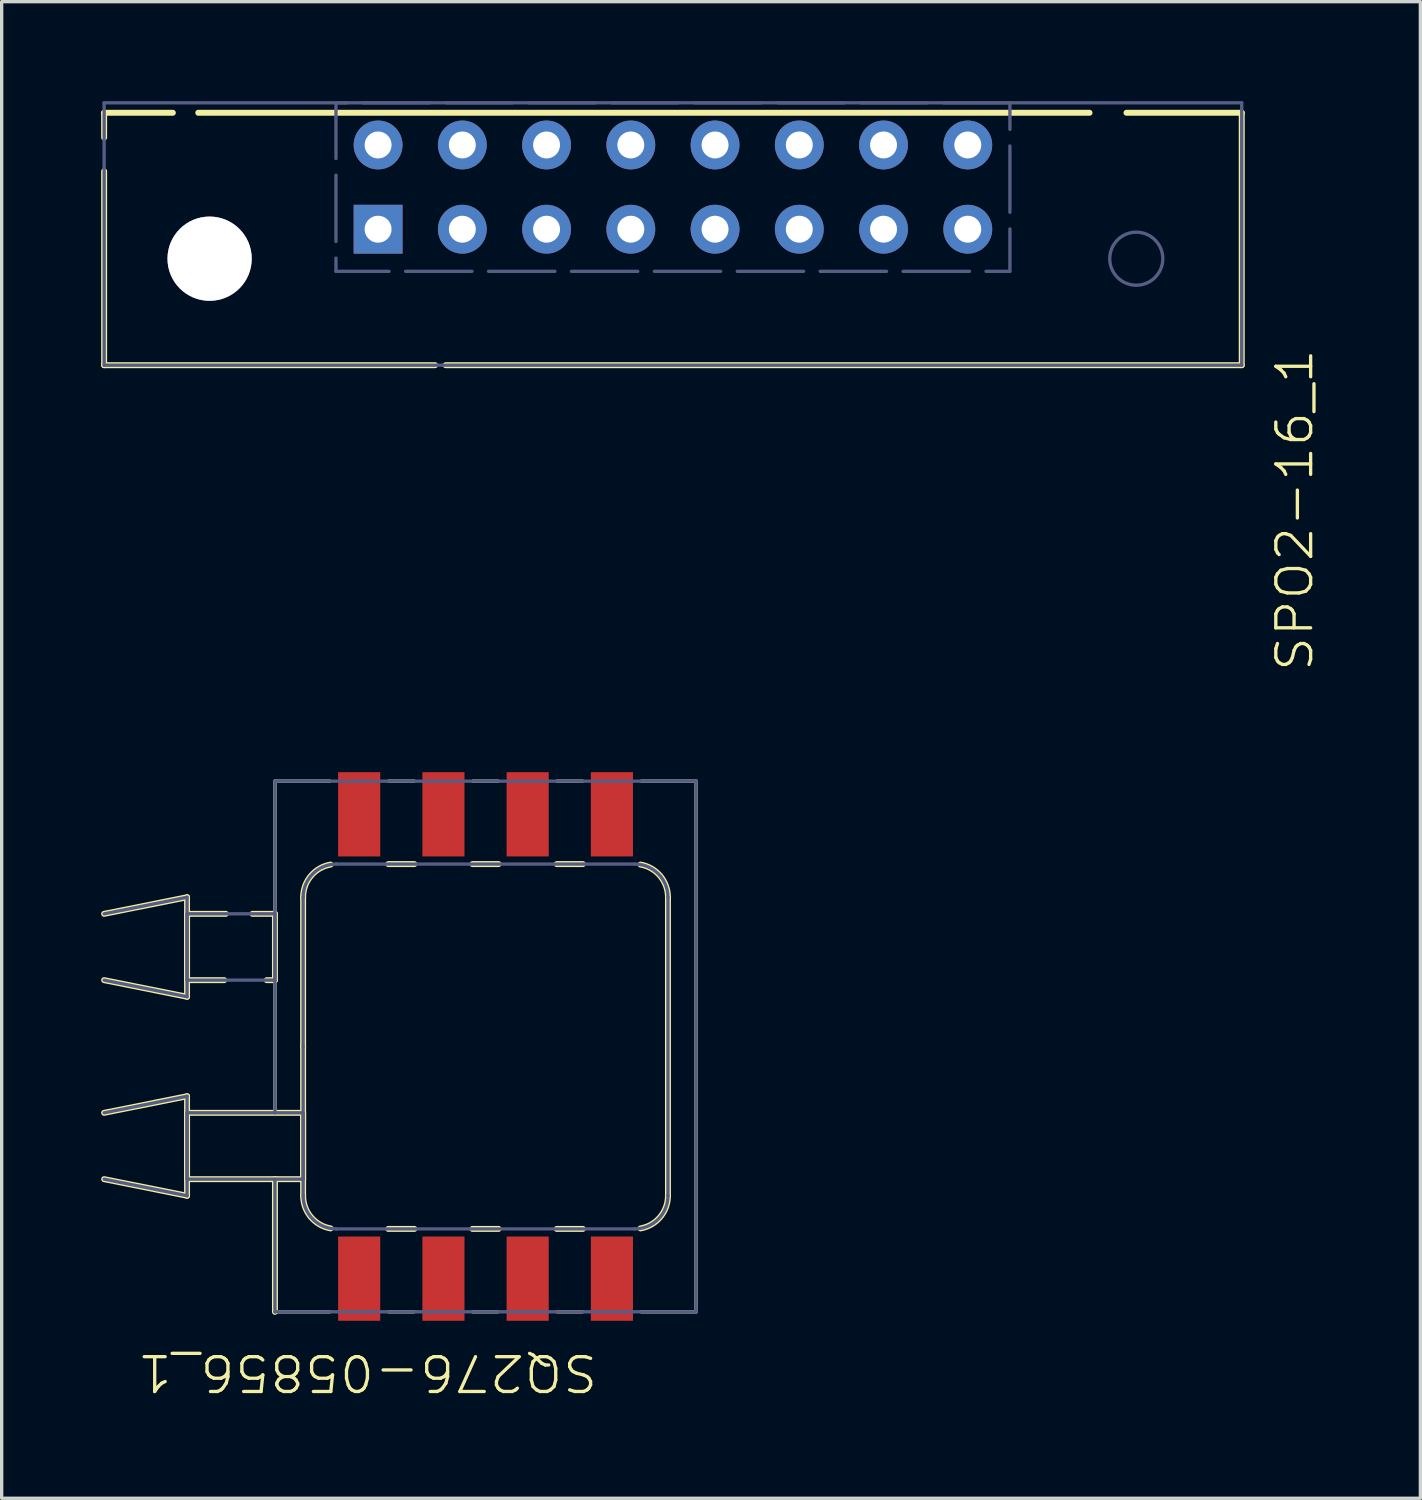
<source format=kicad_pcb>
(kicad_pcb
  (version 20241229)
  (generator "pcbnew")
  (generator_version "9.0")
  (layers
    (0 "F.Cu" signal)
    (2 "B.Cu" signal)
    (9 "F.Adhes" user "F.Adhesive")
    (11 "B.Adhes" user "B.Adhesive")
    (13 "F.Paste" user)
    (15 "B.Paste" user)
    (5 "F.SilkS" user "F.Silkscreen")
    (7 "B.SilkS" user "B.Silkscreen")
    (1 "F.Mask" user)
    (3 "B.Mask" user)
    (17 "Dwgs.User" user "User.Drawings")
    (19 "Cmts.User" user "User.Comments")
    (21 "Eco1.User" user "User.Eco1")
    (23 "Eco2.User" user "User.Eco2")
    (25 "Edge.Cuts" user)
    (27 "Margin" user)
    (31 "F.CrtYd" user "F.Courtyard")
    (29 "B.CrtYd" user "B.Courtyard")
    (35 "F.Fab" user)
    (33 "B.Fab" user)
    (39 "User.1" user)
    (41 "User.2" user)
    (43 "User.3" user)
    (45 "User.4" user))
  (footprint "SQ276-05856_1"
    (layer "F.Cu")
    (at 11.59 28.503)
    (property "Reference" "SQ276-05856_1" (at -3.562 9.833 180) (unlocked yes) (layer "F.SilkS") (effects (font (size 1.05 1.104) (thickness 0.1))))
    (attr smd)
    (fp_line (start -11.5 -4) (end -9 -4.5) (stroke (width 0.18) (type solid)) (layer "F.SilkS"))
    (fp_line (start -11.5 -2) (end -9 -1.5) (stroke (width 0.18) (type solid)) (layer "F.SilkS"))
    (fp_line (start -11.5 2) (end -9 1.5) (stroke (width 0.18) (type solid)) (layer "F.SilkS"))
    (fp_line (start -11.5 4) (end -9 4.5) (stroke (width 0.18) (type solid)) (layer "F.SilkS"))
    (fp_line (start -9 -4) (end -7.832 -4) (stroke (width 0.18) (type solid)) (layer "F.SilkS"))
    (fp_line (start -9 -2) (end -9 -4) (stroke (width 0.18) (type solid)) (layer "F.SilkS"))
    (fp_line (start -9 -2) (end -7.881 -2) (stroke (width 0.18) (type solid)) (layer "F.SilkS"))
    (fp_line (start -9 -1.5) (end -9 -4.5) (stroke (width 0.18) (type solid)) (layer "F.SilkS"))
    (fp_line (start -9 2) (end -5.5 2) (stroke (width 0.18) (type solid)) (layer "F.SilkS"))
    (fp_line (start -9 4) (end -9 2) (stroke (width 0.18) (type solid)) (layer "F.SilkS"))
    (fp_line (start -9 4) (end -5.5 4) (stroke (width 0.18) (type solid)) (layer "F.SilkS"))
    (fp_line (start -9 4.5) (end -9 1.5) (stroke (width 0.18) (type solid)) (layer "F.SilkS"))
    (fp_line (start -7.027 -4) (end -6.35 -4) (stroke (width 0.18) (type solid)) (layer "F.SilkS"))
    (fp_line (start -6.597 -2) (end -6.35 -2) (stroke (width 0.18) (type solid)) (layer "F.SilkS"))
    (fp_line (start -6.35 -8) (end -4.697 -8) (stroke (width 0.1) (type solid)) (layer "F.SilkS"))
    (fp_line (start -6.35 -2) (end -6.35 -4) (stroke (width 0.18) (type solid)) (layer "F.SilkS"))
    (fp_line (start -6.35 2) (end -6.35 -8) (stroke (width 0.1) (type solid)) (layer "F.SilkS"))
    (fp_line (start -6.35 8) (end -6.35 4) (stroke (width 0.18) (type solid)) (layer "F.SilkS"))
    (fp_line (start -6.35 8) (end -4.697 8) (stroke (width 0.1) (type solid)) (layer "F.SilkS"))
    (fp_line (start -5.5 0) (end -5.5 -4.5) (stroke (width 0.18) (type solid)) (layer "F.SilkS"))
    (fp_line (start -5.5 4) (end -5.5 2) (stroke (width 0.18) (type solid)) (layer "F.SilkS"))
    (fp_line (start -5.5 4.5) (end -5.5 0) (stroke (width 0.18) (type solid)) (layer "F.SilkS"))
    (fp_line (start -2.933 -5.5) (end -2.147 -5.5) (stroke (width 0.18) (type solid)) (layer "F.SilkS"))
    (fp_line (start -2.933 5.5) (end -2.147 5.5) (stroke (width 0.18) (type solid)) (layer "F.SilkS"))
    (fp_line (start -2.923 -8) (end -2.157 -8) (stroke (width 0.1) (type solid)) (layer "F.SilkS"))
    (fp_line (start -2.923 8) (end -2.157 8) (stroke (width 0.1) (type solid)) (layer "F.SilkS"))
    (fp_line (start -0.393 -5.5) (end 0.393 -5.5) (stroke (width 0.18) (type solid)) (layer "F.SilkS"))
    (fp_line (start -0.393 5.5) (end 0.393 5.5) (stroke (width 0.18) (type solid)) (layer "F.SilkS"))
    (fp_line (start -0.383 -8) (end 0.383 -8) (stroke (width 0.1) (type solid)) (layer "F.SilkS"))
    (fp_line (start -0.383 8) (end 0.383 8) (stroke (width 0.1) (type solid)) (layer "F.SilkS"))
    (fp_line (start 2.147 -5.5) (end 2.933 -5.5) (stroke (width 0.18) (type solid)) (layer "F.SilkS"))
    (fp_line (start 2.147 5.5) (end 2.933 5.5) (stroke (width 0.18) (type solid)) (layer "F.SilkS"))
    (fp_line (start 2.157 -8) (end 2.923 -8) (stroke (width 0.1) (type solid)) (layer "F.SilkS"))
    (fp_line (start 2.157 8) (end 2.923 8) (stroke (width 0.1) (type solid)) (layer "F.SilkS"))
    (fp_line (start 4.697 -8) (end 6.35 -8) (stroke (width 0.1) (type solid)) (layer "F.SilkS"))
    (fp_line (start 4.697 8) (end 6.35 8) (stroke (width 0.1) (type solid)) (layer "F.SilkS"))
    (fp_line (start 5.5 4.5) (end 5.5 -4.5) (stroke (width 0.18) (type solid)) (layer "F.SilkS"))
    (fp_line (start 6.35 8) (end 6.35 -8) (stroke (width 0.1) (type solid)) (layer "F.SilkS"))
    (fp_arc (start -5.5 -4.5) (mid -5.265483 -5.143456) (end -4.671929 -5.485109) (stroke (width 0.18) (type solid)) (layer "F.SilkS"))
    (fp_arc (start -4.671929 5.485109) (mid -5.265483 5.143456) (end -5.5 4.5) (stroke (width 0.18) (type solid)) (layer "F.SilkS"))
    (fp_arc (start 4.671929 -5.485109) (mid 5.265483 -5.143456) (end 5.5 -4.5) (stroke (width 0.18) (type solid)) (layer "F.SilkS"))
    (fp_arc (start 5.5 4.5) (mid 5.265483 5.143456) (end 4.671929 5.485109) (stroke (width 0.18) (type solid)) (layer "F.SilkS"))
    (fp_line (start -11.5 -4) (end -9 -4.5) (stroke (width 0.1) (type solid)) (layer "B.Fab"))
    (fp_line (start -11.5 -2) (end -9 -1.5) (stroke (width 0.1) (type solid)) (layer "B.Fab"))
    (fp_line (start -11.5 2) (end -9 1.5) (stroke (width 0.1) (type solid)) (layer "B.Fab"))
    (fp_line (start -11.5 4) (end -9 4.5) (stroke (width 0.1) (type solid)) (layer "B.Fab"))
    (fp_line (start -9 -4) (end -6.35 -4) (stroke (width 0.1) (type solid)) (layer "B.Fab"))
    (fp_line (start -9 -2) (end -9 -4) (stroke (width 0.1) (type solid)) (layer "B.Fab"))
    (fp_line (start -9 -2) (end -6.35 -2) (stroke (width 0.1) (type solid)) (layer "B.Fab"))
    (fp_line (start -9 -1.5) (end -9 -4.5) (stroke (width 0.1) (type solid)) (layer "B.Fab"))
    (fp_line (start -9 2) (end -5.5 2) (stroke (width 0.1) (type solid)) (layer "B.Fab"))
    (fp_line (start -9 4) (end -9 2) (stroke (width 0.1) (type solid)) (layer "B.Fab"))
    (fp_line (start -9 4) (end -5.5 4) (stroke (width 0.1) (type solid)) (layer "B.Fab"))
    (fp_line (start -9 4.5) (end -9 1.5) (stroke (width 0.1) (type solid)) (layer "B.Fab"))
    (fp_line (start -6.35 -8) (end 6.35 -8) (stroke (width 0.1) (type solid)) (layer "B.Fab"))
    (fp_line (start -6.35 -2) (end -6.35 -4) (stroke (width 0.1) (type solid)) (layer "B.Fab"))
    (fp_line (start -6.35 2) (end -6.35 -8) (stroke (width 0.1) (type solid)) (layer "B.Fab"))
    (fp_line (start -6.35 8) (end -6.35 4) (stroke (width 0.1) (type solid)) (layer "B.Fab"))
    (fp_line (start -6.35 8) (end 6.35 8) (stroke (width 0.1) (type solid)) (layer "B.Fab"))
    (fp_line (start -5.5 0) (end -5.5 -4.5) (stroke (width 0.1) (type solid)) (layer "B.Fab"))
    (fp_line (start -5.5 4) (end -5.5 2) (stroke (width 0.1) (type solid)) (layer "B.Fab"))
    (fp_line (start -5.5 4.5) (end -5.5 0) (stroke (width 0.1) (type solid)) (layer "B.Fab"))
    (fp_line (start -4.5 -5.5) (end 4.5 -5.5) (stroke (width 0.1) (type solid)) (layer "B.Fab"))
    (fp_line (start -4.5 5.5) (end 4.5 5.5) (stroke (width 0.1) (type solid)) (layer "B.Fab"))
    (fp_line (start -4.191 -8.255) (end -3.429 -8.255) (stroke (width 0.00003) (type solid)) (layer "B.Fab"))
    (fp_line (start -4.191 -6.5) (end -4.191 -8.255) (stroke (width 0.00003) (type solid)) (layer "B.Fab"))
    (fp_line (start -4.191 -6.5) (end -3.429 -6.5) (stroke (width 0.00003) (type solid)) (layer "B.Fab"))
    (fp_line (start -4.191 6.5) (end -3.429 6.5) (stroke (width 0.00003) (type solid)) (layer "B.Fab"))
    (fp_line (start -4.191 8.255) (end -4.191 6.5) (stroke (width 0.00003) (type solid)) (layer "B.Fab"))
    (fp_line (start -4.191 8.255) (end -3.429 8.255) (stroke (width 0.00003) (type solid)) (layer "B.Fab"))
    (fp_line (start -3.429 -6.5) (end -3.429 -8.255) (stroke (width 0.00003) (type solid)) (layer "B.Fab"))
    (fp_line (start -3.429 8.255) (end -3.429 6.5) (stroke (width 0.00003) (type solid)) (layer "B.Fab"))
    (fp_line (start -1.651 -8.255) (end -0.889 -8.255) (stroke (width 0.00003) (type solid)) (layer "B.Fab"))
    (fp_line (start -1.651 -6.5) (end -1.651 -8.255) (stroke (width 0.00003) (type solid)) (layer "B.Fab"))
    (fp_line (start -1.651 -6.5) (end -0.889 -6.5) (stroke (width 0.00003) (type solid)) (layer "B.Fab"))
    (fp_line (start -1.651 6.5) (end -0.889 6.5) (stroke (width 0.00003) (type solid)) (layer "B.Fab"))
    (fp_line (start -1.651 8.255) (end -1.651 6.5) (stroke (width 0.00003) (type solid)) (layer "B.Fab"))
    (fp_line (start -1.651 8.255) (end -0.889 8.255) (stroke (width 0.00003) (type solid)) (layer "B.Fab"))
    (fp_line (start -0.889 -6.5) (end -0.889 -8.255) (stroke (width 0.00003) (type solid)) (layer "B.Fab"))
    (fp_line (start -0.889 8.255) (end -0.889 6.5) (stroke (width 0.00003) (type solid)) (layer "B.Fab"))
    (fp_line (start 0.889 -8.255) (end 1.651 -8.255) (stroke (width 0.00003) (type solid)) (layer "B.Fab"))
    (fp_line (start 0.889 -6.5) (end 0.889 -8.255) (stroke (width 0.00003) (type solid)) (layer "B.Fab"))
    (fp_line (start 0.889 -6.5) (end 1.651 -6.5) (stroke (width 0.00003) (type solid)) (layer "B.Fab"))
    (fp_line (start 0.889 6.5) (end 1.651 6.5) (stroke (width 0.00003) (type solid)) (layer "B.Fab"))
    (fp_line (start 0.889 8.255) (end 0.889 6.5) (stroke (width 0.00003) (type solid)) (layer "B.Fab"))
    (fp_line (start 0.889 8.255) (end 1.651 8.255) (stroke (width 0.00003) (type solid)) (layer "B.Fab"))
    (fp_line (start 1.651 -6.5) (end 1.651 -8.255) (stroke (width 0.00003) (type solid)) (layer "B.Fab"))
    (fp_line (start 1.651 8.255) (end 1.651 6.5) (stroke (width 0.00003) (type solid)) (layer "B.Fab"))
    (fp_line (start 3.429 -8.255) (end 4.191 -8.255) (stroke (width 0.00003) (type solid)) (layer "B.Fab"))
    (fp_line (start 3.429 -6.5) (end 3.429 -8.255) (stroke (width 0.00003) (type solid)) (layer "B.Fab"))
    (fp_line (start 3.429 -6.5) (end 4.191 -6.5) (stroke (width 0.00003) (type solid)) (layer "B.Fab"))
    (fp_line (start 3.429 6.5) (end 4.191 6.5) (stroke (width 0.00003) (type solid)) (layer "B.Fab"))
    (fp_line (start 3.429 8.255) (end 3.429 6.5) (stroke (width 0.00003) (type solid)) (layer "B.Fab"))
    (fp_line (start 3.429 8.255) (end 4.191 8.255) (stroke (width 0.00003) (type solid)) (layer "B.Fab"))
    (fp_line (start 4.191 -6.5) (end 4.191 -8.255) (stroke (width 0.00003) (type solid)) (layer "B.Fab"))
    (fp_line (start 4.191 8.255) (end 4.191 6.5) (stroke (width 0.00003) (type solid)) (layer "B.Fab"))
    (fp_line (start 5.5 4.5) (end 5.5 -4.5) (stroke (width 0.1) (type solid)) (layer "B.Fab"))
    (fp_line (start 6.35 8) (end 6.35 -8) (stroke (width 0.1) (type solid)) (layer "B.Fab"))
    (fp_arc (start -5.5 -4.5) (mid -5.207107 -5.207107) (end -4.5 -5.5) (stroke (width 0.1) (type solid)) (layer "B.Fab"))
    (fp_arc (start -4.5 5.5) (mid -5.207107 5.207107) (end -5.5 4.5) (stroke (width 0.1) (type solid)) (layer "B.Fab"))
    (fp_arc (start 4.5 -5.5) (mid 5.207107 -5.207107) (end 5.5 -4.5) (stroke (width 0.1) (type solid)) (layer "B.Fab"))
    (fp_arc (start 5.5 4.5) (mid 5.207107 5.207107) (end 4.5 5.5) (stroke (width 0.1) (type solid)) (layer "B.Fab"))
    (pad "1" smd rect (at 3.81 -7 180) (size 1.27 2.54) (layers "F.Cu" "F.Mask" "F.Paste"))
    (pad "2" smd rect (at 1.27 -7 180) (size 1.27 2.54) (layers "F.Cu" "F.Mask" "F.Paste"))
    (pad "3" smd rect (at -1.27 -7 180) (size 1.27 2.54) (layers "F.Cu" "F.Mask" "F.Paste"))
    (pad "4" smd rect (at -3.81 -7 180) (size 1.27 2.54) (layers "F.Cu" "F.Mask" "F.Paste"))
    (pad "5" smd rect (at -3.81 7 180) (size 1.27 2.54) (layers "F.Cu" "F.Mask" "F.Paste"))
    (pad "6" smd rect (at -1.27 7 180) (size 1.27 2.54) (layers "F.Cu" "F.Mask" "F.Paste"))
    (pad "7" smd rect (at 1.27 7 180) (size 1.27 2.54) (layers "F.Cu" "F.Mask" "F.Paste"))
    (pad "8" smd rect (at 3.81 7 180) (size 1.27 2.54) (layers "F.Cu" "F.Mask" "F.Paste")))
  (footprint "SPO2-16_1"
    (layer "F.Cu")
    (at 17.24 3.861)
    (property "Reference" "SPO2-16_1" (at 18.747 8.47 90) (unlocked yes) (layer "F.SilkS") (effects (font (size 1.05 1.104) (thickness 0.1))))
    (attr smd)
    (fp_line (start -17.15 -3.511) (end -17.15 -2.764) (stroke (width 0.18) (type solid)) (layer "F.SilkS"))
    (fp_line (start -17.15 -1.748) (end -17.15 4.1) (stroke (width 0.18) (type solid)) (layer "F.SilkS"))
    (fp_line (start -15.079 -3.511) (end -17.15 -3.511) (stroke (width 0.18) (type solid)) (layer "F.SilkS"))
    (fp_line (start -7.171 4.1) (end -17.15 4.1) (stroke (width 0.18) (type solid)) (layer "F.SilkS"))
    (fp_line (start 12.56 -3.511) (end -14.312 -3.511) (stroke (width 0.18) (type solid)) (layer "F.SilkS"))
    (fp_line (start 17.15 -3.511) (end 13.675 -3.511) (stroke (width 0.18) (type solid)) (layer "F.SilkS"))
    (fp_line (start 17.15 -3.511) (end 17.15 4.1) (stroke (width 0.18) (type solid)) (layer "F.SilkS"))
    (fp_line (start 17.15 4.1) (end -6.853 4.1) (stroke (width 0.18) (type solid)) (layer "F.SilkS"))
    (fp_line (start -17.15 -3.811) (end -17.15 4.1) (stroke (width 0.1) (type solid)) (layer "B.Fab"))
    (fp_line (start -10.16 -3.81) (end -10.16 -2.13) (stroke (width 0.1) (type solid)) (layer "B.Fab"))
    (fp_line (start -10.16 -1.63) (end -10.16 0.37) (stroke (width 0.1) (type solid)) (layer "B.Fab"))
    (fp_line (start -10.16 0.87) (end -10.16 1.27) (stroke (width 0.1) (type solid)) (layer "B.Fab"))
    (fp_line (start -9.84 -3.81) (end -10.16 -3.81) (stroke (width 0.1) (type solid)) (layer "B.Fab"))
    (fp_line (start -8.56 1.27) (end -10.16 1.27) (stroke (width 0.1) (type solid)) (layer "B.Fab"))
    (fp_line (start -7.34 -3.81) (end -9.34 -3.81) (stroke (width 0.1) (type solid)) (layer "B.Fab"))
    (fp_line (start -6.06 1.27) (end -8.06 1.27) (stroke (width 0.1) (type solid)) (layer "B.Fab"))
    (fp_line (start -4.84 -3.81) (end -6.84 -3.81) (stroke (width 0.1) (type solid)) (layer "B.Fab"))
    (fp_line (start -3.56 1.27) (end -5.56 1.27) (stroke (width 0.1) (type solid)) (layer "B.Fab"))
    (fp_line (start -2.34 -3.81) (end -4.34 -3.81) (stroke (width 0.1) (type solid)) (layer "B.Fab"))
    (fp_line (start -1.06 1.27) (end -3.06 1.27) (stroke (width 0.1) (type solid)) (layer "B.Fab"))
    (fp_line (start 0.16 -3.81) (end -1.84 -3.81) (stroke (width 0.1) (type solid)) (layer "B.Fab"))
    (fp_line (start 1.44 1.27) (end -0.56 1.27) (stroke (width 0.1) (type solid)) (layer "B.Fab"))
    (fp_line (start 2.66 -3.81) (end 0.66 -3.81) (stroke (width 0.1) (type solid)) (layer "B.Fab"))
    (fp_line (start 3.94 1.27) (end 1.94 1.27) (stroke (width 0.1) (type solid)) (layer "B.Fab"))
    (fp_line (start 5.16 -3.81) (end 3.16 -3.81) (stroke (width 0.1) (type solid)) (layer "B.Fab"))
    (fp_line (start 6.44 1.27) (end 4.44 1.27) (stroke (width 0.1) (type solid)) (layer "B.Fab"))
    (fp_line (start 7.66 -3.81) (end 5.66 -3.81) (stroke (width 0.1) (type solid)) (layer "B.Fab"))
    (fp_line (start 8.94 1.27) (end 6.94 1.27) (stroke (width 0.1) (type solid)) (layer "B.Fab"))
    (fp_line (start 10.16 -3.81) (end 8.16 -3.81) (stroke (width 0.1) (type solid)) (layer "B.Fab"))
    (fp_line (start 10.16 -3.81) (end 10.16 -3.01) (stroke (width 0.1) (type solid)) (layer "B.Fab"))
    (fp_line (start 10.16 -2.51) (end 10.16 -0.51) (stroke (width 0.1) (type solid)) (layer "B.Fab"))
    (fp_line (start 10.16 -0.01) (end 10.16 1.27) (stroke (width 0.1) (type solid)) (layer "B.Fab"))
    (fp_line (start 10.16 1.27) (end 9.44 1.27) (stroke (width 0.1) (type solid)) (layer "B.Fab"))
    (fp_line (start 17.15 -3.811) (end -17.15 -3.811) (stroke (width 0.1) (type solid)) (layer "B.Fab"))
    (fp_line (start 17.15 -3.811) (end 17.15 4.1) (stroke (width 0.1) (type solid)) (layer "B.Fab"))
    (fp_line (start 17.15 4.1) (end -17.15 4.1) (stroke (width 0.1) (type solid)) (layer "B.Fab"))
    (fp_arc (start -14.77 0.889) (mid -13.17 0.889) (end -14.77 0.889) (stroke (width 0.1) (type solid)) (layer "B.Fab"))
    (fp_arc (start 13.17 0.889) (mid 14.77 0.889) (end 13.17 0.889) (stroke (width 0.1) (type solid)) (layer "B.Fab"))
    (pad "1" thru_hole rect (at -8.89 0 180) (size 1.473 1.473) (drill 0.813) (layers "*.Cu" "*.Mask"))
    (pad "2" thru_hole circle (at -6.35 0 180) (size 1.473 1.473) (drill 0.813) (layers "*.Cu" "*.Mask"))
    (pad "3" thru_hole circle (at -3.81 0 180) (size 1.473 1.473) (drill 0.813) (layers "*.Cu" "*.Mask"))
    (pad "4" thru_hole circle (at -1.27 0 180) (size 1.473 1.473) (drill 0.813) (layers "*.Cu" "*.Mask"))
    (pad "5" thru_hole circle (at 1.27 0 180) (size 1.473 1.473) (drill 0.813) (layers "*.Cu" "*.Mask"))
    (pad "6" thru_hole circle (at 3.81 0 180) (size 1.473 1.473) (drill 0.813) (layers "*.Cu" "*.Mask"))
    (pad "7" thru_hole circle (at 6.35 0 180) (size 1.473 1.473) (drill 0.813) (layers "*.Cu" "*.Mask"))
    (pad "8" thru_hole circle (at 8.89 0 180) (size 1.473 1.473) (drill 0.813) (layers "*.Cu" "*.Mask"))
    (pad "9" thru_hole circle (at 8.89 -2.54 180) (size 1.473 1.473) (drill 0.813) (layers "*.Cu" "*.Mask"))
    (pad "10" thru_hole circle (at 6.35 -2.54 180) (size 1.473 1.473) (drill 0.813) (layers "*.Cu" "*.Mask"))
    (pad "11" thru_hole circle (at 3.81 -2.54 180) (size 1.473 1.473) (drill 0.813) (layers "*.Cu" "*.Mask"))
    (pad "12" thru_hole circle (at 1.27 -2.54 180) (size 1.473 1.473) (drill 0.813) (layers "*.Cu" "*.Mask"))
    (pad "13" thru_hole circle (at -1.27 -2.54 180) (size 1.473 1.473) (drill 0.813) (layers "*.Cu" "*.Mask"))
    (pad "14" thru_hole circle (at -3.81 -2.54 180) (size 1.473 1.473) (drill 0.813) (layers "*.Cu" "*.Mask"))
    (pad "15" thru_hole circle (at -6.35 -2.54 180) (size 1.473 1.473) (drill 0.813) (layers "*.Cu" "*.Mask"))
    (pad "16" thru_hole circle (at -8.89 -2.54 180) (size 1.473 1.473) (drill 0.813) (layers "*.Cu" "*.Mask"))
    (pad "17" thru_hole circle (at -13.97 0.889 180) (size 2.54 2.54) (drill 3.2) (layers "*.Cu" "*.Mask")))
  (gr_rect
    (start -3 -3)
    (end 39.776 42.125)
    (stroke (width 0.1) (type default))
    (fill no)
    (layer "Edge.Cuts")))
</source>
